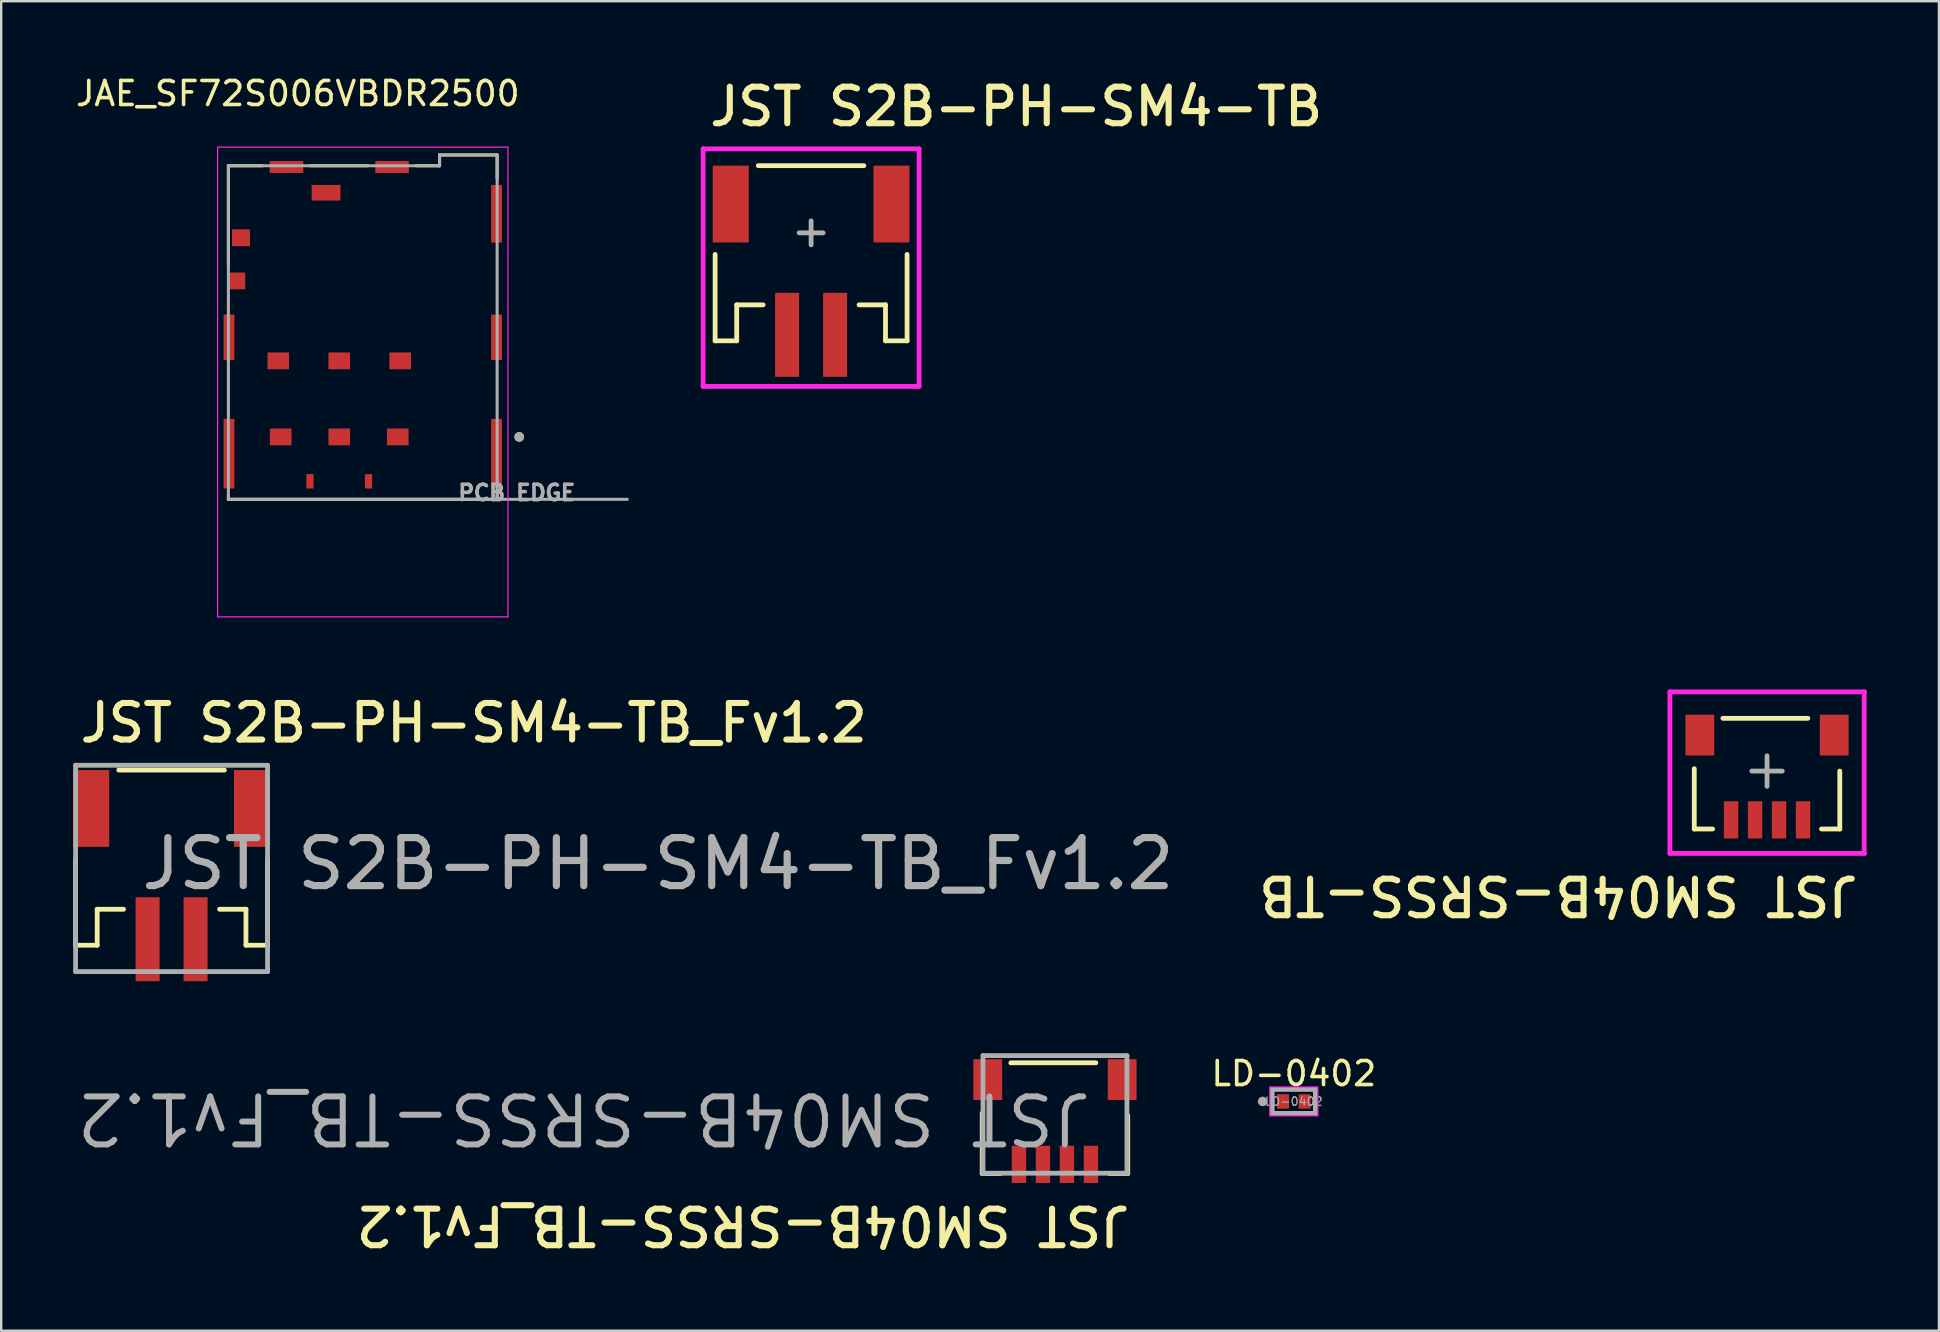
<source format=kicad_pcb>
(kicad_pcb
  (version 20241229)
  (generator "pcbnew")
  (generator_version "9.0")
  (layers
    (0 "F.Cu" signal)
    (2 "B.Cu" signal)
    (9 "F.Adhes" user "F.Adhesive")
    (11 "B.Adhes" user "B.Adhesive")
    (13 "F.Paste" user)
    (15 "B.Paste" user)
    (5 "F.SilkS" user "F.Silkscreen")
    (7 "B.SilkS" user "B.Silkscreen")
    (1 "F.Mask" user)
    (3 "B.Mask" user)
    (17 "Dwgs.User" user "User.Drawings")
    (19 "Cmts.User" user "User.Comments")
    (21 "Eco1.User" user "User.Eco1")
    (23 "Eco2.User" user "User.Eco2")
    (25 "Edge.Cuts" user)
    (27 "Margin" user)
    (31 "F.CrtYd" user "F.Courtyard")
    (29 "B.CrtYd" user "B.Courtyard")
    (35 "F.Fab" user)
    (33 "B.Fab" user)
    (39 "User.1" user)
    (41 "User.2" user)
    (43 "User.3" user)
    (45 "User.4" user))
  (footprint "JST SM04B-SRSS-TB_Fv1.2"
    (layer "F.Cu")
    (at 40.915 43.442)
    (property "Reference" "JST SM04B-SRSS-TB_Fv1.2" (at 3.239 3.679 180) (unlocked yes) (layer "F.SilkS") (effects (font (size 1.524 1.524) (thickness 0.254)) (justify left bottom)))
    (fp_line (start -3.032 -0.1) (end -3.032 2.413) (stroke (width 0.2) (type solid)) (layer "F.SilkS"))
    (fp_line (start -2.27 2.413) (end -3.032 2.413) (stroke (width 0.2) (type solid)) (layer "F.SilkS"))
    (fp_line (start 1.7 -2.2) (end -1.84 -2.2) (stroke (width 0.2) (type solid)) (layer "F.SilkS"))
    (fp_line (start 3.032 0) (end 3.032 2.413) (stroke (width 0.2) (type solid)) (layer "F.SilkS"))
    (fp_line (start 3.032 2.413) (end 2.27 2.413) (stroke (width 0.2) (type solid)) (layer "F.SilkS"))
    (fp_line (start -3 -2.5) (end -3 2.4) (stroke (width 0.2) (type solid)) (layer "F.Fab"))
    (fp_line (start 3 -2.5) (end -3 -2.5) (stroke (width 0.2) (type solid)) (layer "F.Fab"))
    (fp_line (start 3 -2.5) (end 3 2.4) (stroke (width 0.2) (type solid)) (layer "F.Fab"))
    (fp_line (start 3 2.4) (end -3 2.4) (stroke (width 0.2) (type solid)) (layer "F.Fab"))
    (fp_text user "${REFERENCE}" (at 1.625 -1.057 180) (unlocked yes) (layer "F.Fab") (effects (font (size 2 2) (thickness 0.25)) (justify left bottom)))
    (pad "" smd rect (at -2.8 -1.5 90) (size 1.7 1.2) (layers "F.Cu" "F.Mask" "F.Paste"))
    (pad "" smd rect (at 2.8 -1.5 90) (size 1.7 1.2) (layers "F.Cu" "F.Mask" "F.Paste"))
    (pad "1" smd rect (at -1.5 2.032 90) (size 1.55 0.6) (layers "F.Cu" "F.Mask" "F.Paste"))
    (pad "2" smd rect (at -0.5 2.032 90) (size 1.55 0.6) (layers "F.Cu" "F.Mask" "F.Paste"))
    (pad "3" smd rect (at 0.5 2.032 90) (size 1.55 0.6) (layers "F.Cu" "F.Mask" "F.Paste"))
    (pad "4" smd rect (at 1.5 2.032 90) (size 1.55 0.6) (layers "F.Cu" "F.Mask" "F.Paste")))
  (footprint "JST SM04B-SRSS-TB"
    (layer "F.Cu")
    (at 70.59 29.085)
    (property "Reference" "JST SM04B-SRSS-TB" (at 3.912 4.283 180) (unlocked yes) (layer "F.SilkS") (effects (font (size 1.524 1.524) (thickness 0.254)) (justify left bottom)))
    (fp_line (start -3.032 -0.1) (end -3.032 2.413) (stroke (width 0.2) (type solid)) (layer "F.SilkS"))
    (fp_line (start -2.27 2.413) (end -3.032 2.413) (stroke (width 0.2) (type solid)) (layer "F.SilkS"))
    (fp_line (start 1.7 -2.2) (end -1.84 -2.2) (stroke (width 0.2) (type solid)) (layer "F.SilkS"))
    (fp_line (start 3.032 0) (end 3.032 2.413) (stroke (width 0.2) (type solid)) (layer "F.SilkS"))
    (fp_line (start 3.032 2.413) (end 2.27 2.413) (stroke (width 0.2) (type solid)) (layer "F.SilkS"))
    (fp_line (start -4.048 -3.302) (end -4.048 3.429) (stroke (width 0.2) (type solid)) (layer "F.CrtYd"))
    (fp_line (start 4.048 -3.302) (end 4.048 3.429) (stroke (width 0.2) (type solid)) (layer "F.CrtYd"))
    (fp_line (start 4.064 -3.302) (end -4.048 -3.302) (stroke (width 0.2) (type solid)) (layer "F.CrtYd"))
    (fp_line (start 4.064 3.429) (end -4.048 3.429) (stroke (width 0.2) (type solid)) (layer "F.CrtYd"))
    (fp_line (start 0 -0.635) (end 0 0.635) (stroke (width 0.2) (type solid)) (layer "F.Fab"))
    (fp_line (start 0.635 0) (end -0.635 0) (stroke (width 0.2) (type solid)) (layer "F.Fab"))
    (pad "" smd rect (at -2.8 -1.5 90) (size 1.7 1.2) (layers "F.Cu" "F.Mask" "F.Paste"))
    (pad "" smd rect (at 2.8 -1.5 90) (size 1.7 1.2) (layers "F.Cu" "F.Mask" "F.Paste"))
    (pad "1" smd rect (at -1.5 2.032 90) (size 1.55 0.6) (layers "F.Cu" "F.Mask" "F.Paste"))
    (pad "2" smd rect (at -0.5 2.032 90) (size 1.55 0.6) (layers "F.Cu" "F.Mask" "F.Paste"))
    (pad "3" smd rect (at 0.5 2.032 90) (size 1.55 0.6) (layers "F.Cu" "F.Mask" "F.Paste"))
    (pad "4" smd rect (at 1.5 2.032 90) (size 1.55 0.6) (layers "F.Cu" "F.Mask" "F.Paste")))
  (footprint "JST S2B-PH-SM4-TB_Fv1.2"
    (layer "F.Cu")
    (at 4.1 31.842)
    (property "Reference" "JST S2B-PH-SM4-TB_Fv1.2" (at -3.939 -3.873 0) (unlocked yes) (layer "F.SilkS") (effects (font (size 1.524 1.524) (thickness 0.254)) (justify left bottom)))
    (fp_line (start -4 4.5) (end -4 0.9) (stroke (width 0.2) (type solid)) (layer "F.SilkS"))
    (fp_line (start -4 4.5) (end -3.1 4.5) (stroke (width 0.2) (type solid)) (layer "F.SilkS"))
    (fp_line (start -3.1 3) (end -2 3) (stroke (width 0.2) (type solid)) (layer "F.SilkS"))
    (fp_line (start -3.1 4.5) (end -3.1 3) (stroke (width 0.2) (type solid)) (layer "F.SilkS"))
    (fp_line (start -2.2 -2.8) (end 2.2 -2.8) (stroke (width 0.2) (type solid)) (layer "F.SilkS"))
    (fp_line (start 2 3) (end 3.1 3) (stroke (width 0.2) (type solid)) (layer "F.SilkS"))
    (fp_line (start 3.1 4.5) (end 3.1 3) (stroke (width 0.2) (type solid)) (layer "F.SilkS"))
    (fp_line (start 3.1 4.5) (end 4 4.5) (stroke (width 0.2) (type solid)) (layer "F.SilkS"))
    (fp_line (start 4 4.5) (end 4 0.9) (stroke (width 0.2) (type solid)) (layer "F.SilkS"))
    (fp_line (start -4 -3) (end 4 -3) (stroke (width 0.2) (type solid)) (layer "F.Fab"))
    (fp_line (start -4 5.6) (end -4 -3) (stroke (width 0.2) (type solid)) (layer "F.Fab"))
    (fp_line (start -4 5.6) (end 4 5.6) (stroke (width 0.2) (type solid)) (layer "F.Fab"))
    (fp_line (start 4 5.6) (end 4 -3) (stroke (width 0.2) (type solid)) (layer "F.Fab"))
    (fp_text user "${REFERENCE}" (at -1.4 2.275 0) (unlocked yes) (layer "F.Fab") (effects (font (size 2 2) (thickness 0.3)) (justify left bottom)))
    (pad "" smd rect (at -3.35 -1.2 180) (size 1.5 3.2) (layers "F.Cu" "F.Mask" "F.Paste"))
    (pad "" smd rect (at 3.35 -1.2) (size 1.5 3.2) (layers "F.Cu" "F.Mask" "F.Paste"))
    (pad "1" smd rect (at -1 4.25) (size 1 3.5) (layers "F.Cu" "F.Mask" "F.Paste"))
    (pad "2" smd rect (at 1 4.25) (size 1 3.5) (layers "F.Cu" "F.Mask" "F.Paste")))
  (footprint "LD-0402"
    (layer "F.Cu")
    (at 50.869 42.851)
    (property "Reference" "LD-0402" (at 0 -1.16 0) (layer "F.SilkS") (effects (font (size 1 1) (thickness 0.15))))
    (attr smd)
    (fp_line (start -1 -0.6) (end 1 -0.6) (stroke (width 0.05) (type solid)) (layer "F.CrtYd"))
    (fp_line (start -1 0.6) (end -1 -0.6) (stroke (width 0.05) (type solid)) (layer "F.CrtYd"))
    (fp_line (start 1 -0.6) (end 1 0.6) (stroke (width 0.05) (type solid)) (layer "F.CrtYd"))
    (fp_line (start 1 0.6) (end -1 0.6) (stroke (width 0.05) (type solid)) (layer "F.CrtYd"))
    (fp_line (start -0.9 -0.5) (end 0.9 -0.5) (stroke (width 0.2) (type solid)) (layer "F.Fab"))
    (fp_line (start -0.9 0.5) (end -0.9 -0.5) (stroke (width 0.2) (type solid)) (layer "F.Fab"))
    (fp_line (start 0.9 -0.5) (end 0.9 0.5) (stroke (width 0.2) (type solid)) (layer "F.Fab"))
    (fp_line (start 0.9 0.5) (end -0.9 0.5) (stroke (width 0.2) (type solid)) (layer "F.Fab"))
    (fp_circle (center -1.3 0) (end -1.2 0) (stroke (width 0.2) (type solid)) (fill no) (layer "F.Fab"))
    (fp_text user "${REFERENCE}" (at 0 0 0) (layer "F.Fab") (effects (font (size 0.35 0.35) (thickness 0.05))))
    (pad "1" smd rect (at -0.45 0) (size 0.5 0.6) (layers "F.Cu" "F.Mask" "F.Paste"))
    (pad "2" smd rect (at 0.45 0) (size 0.5 0.6) (layers "F.Cu" "F.Mask" "F.Paste")))
  (footprint "JST S2B-PH-SM4-TB"
    (layer "F.Cu")
    (at 30.752 6.654)
    (property "Reference" "JST S2B-PH-SM4-TB" (at -4.354 -4.368 0) (unlocked yes) (layer "F.SilkS") (effects (font (size 1.524 1.524) (thickness 0.254)) (justify left bottom)))
    (fp_line (start -4 4.5) (end -4 0.9) (stroke (width 0.2) (type solid)) (layer "F.SilkS"))
    (fp_line (start -4 4.5) (end -3.1 4.5) (stroke (width 0.2) (type solid)) (layer "F.SilkS"))
    (fp_line (start -3.1 3) (end -2 3) (stroke (width 0.2) (type solid)) (layer "F.SilkS"))
    (fp_line (start -3.1 4.5) (end -3.1 3) (stroke (width 0.2) (type solid)) (layer "F.SilkS"))
    (fp_line (start -2.2 -2.8) (end 2.2 -2.8) (stroke (width 0.2) (type solid)) (layer "F.SilkS"))
    (fp_line (start 2 3) (end 3.1 3) (stroke (width 0.2) (type solid)) (layer "F.SilkS"))
    (fp_line (start 3.1 4.5) (end 3.1 3) (stroke (width 0.2) (type solid)) (layer "F.SilkS"))
    (fp_line (start 3.1 4.5) (end 4 4.5) (stroke (width 0.2) (type solid)) (layer "F.SilkS"))
    (fp_line (start 4 4.5) (end 4 0.9) (stroke (width 0.2) (type solid)) (layer "F.SilkS"))
    (fp_line (start -4.5 -3.5) (end 4.5 -3.5) (stroke (width 0.2) (type solid)) (layer "F.CrtYd"))
    (fp_line (start -4.5 6.4) (end -4.5 -3.5) (stroke (width 0.2) (type solid)) (layer "F.CrtYd"))
    (fp_line (start -4.5 6.4) (end 4.5 6.4) (stroke (width 0.2) (type solid)) (layer "F.CrtYd"))
    (fp_line (start 4.5 6.4) (end 4.5 -3.5) (stroke (width 0.2) (type solid)) (layer "F.CrtYd"))
    (fp_line (start -0.5 0) (end 0.5 0) (stroke (width 0.2) (type solid)) (layer "F.Fab"))
    (fp_line (start 0 0.5) (end 0 -0.5) (stroke (width 0.2) (type solid)) (layer "F.Fab"))
    (pad "" smd rect (at -3.35 -1.2 180) (size 1.5 3.2) (layers "F.Cu" "F.Mask" "F.Paste"))
    (pad "" smd rect (at 3.35 -1.2) (size 1.5 3.2) (layers "F.Cu" "F.Mask" "F.Paste"))
    (pad "1" smd rect (at -1 4.25) (size 1 3.5) (layers "F.Cu" "F.Mask" "F.Paste"))
    (pad "2" smd rect (at 1 4.25) (size 1 3.5) (layers "F.Cu" "F.Mask" "F.Paste")))
  (footprint "JAE_SF72S006VBDR2500"
    (layer "F.Cu")
    (at 11.088 10.583)
    (property "Reference" "JAE_SF72S006VBDR2500" (at -1.725 -9.735 0) (layer "F.SilkS") (effects (font (size 1 1) (thickness 0.15))))
    (attr through_hole)
    (fp_line (start -4.62 -6.725) (end -3.2 -6.725) (stroke (width 0.127) (type solid)) (layer "F.SilkS"))
    (fp_line (start -4.62 -2.6) (end -4.62 -6.725) (stroke (width 0.127) (type solid)) (layer "F.SilkS"))
    (fp_line (start -4.62 7) (end -4.62 7.175) (stroke (width 0.127) (type solid)) (layer "F.SilkS"))
    (fp_line (start -4.62 7.175) (end 6.58 7.175) (stroke (width 0.127) (type solid)) (layer "F.SilkS"))
    (fp_line (start -1.2 -6.725) (end 1.2 -6.725) (stroke (width 0.127) (type solid)) (layer "F.SilkS"))
    (fp_line (start 3.2 -6.725) (end 4.18 -6.725) (stroke (width 0.127) (type solid)) (layer "F.SilkS"))
    (fp_line (start 4.18 -7.175) (end 6.58 -7.175) (stroke (width 0.127) (type solid)) (layer "F.SilkS"))
    (fp_line (start 4.18 -6.725) (end 4.18 -7.175) (stroke (width 0.127) (type solid)) (layer "F.SilkS"))
    (fp_line (start 6.58 -7.175) (end 6.58 -6.2) (stroke (width 0.127) (type solid)) (layer "F.SilkS"))
    (fp_line (start 6.58 7.175) (end 6.58 7) (stroke (width 0.127) (type solid)) (layer "F.SilkS"))
    (fp_circle (center 7.5 4.575) (end 7.6 4.575) (stroke (width 0.2) (type solid)) (fill no) (layer "F.SilkS"))
    (fp_line (start -5.07 -7.5) (end 7.03 -7.5) (stroke (width 0.05) (type solid)) (layer "F.CrtYd"))
    (fp_line (start -5.07 12.075) (end -5.07 -7.5) (stroke (width 0.05) (type solid)) (layer "F.CrtYd"))
    (fp_line (start 7.03 -7.5) (end 7.03 12.075) (stroke (width 0.05) (type solid)) (layer "F.CrtYd"))
    (fp_line (start 7.03 12.075) (end -5.07 12.075) (stroke (width 0.05) (type solid)) (layer "F.CrtYd"))
    (fp_line (start -4.62 -6.725) (end -4.62 7.175) (stroke (width 0.127) (type solid)) (layer "F.Fab"))
    (fp_line (start -4.62 7.175) (end 6.58 7.175) (stroke (width 0.127) (type solid)) (layer "F.Fab"))
    (fp_line (start 4.18 -7.175) (end 4.18 -6.725) (stroke (width 0.127) (type solid)) (layer "F.Fab"))
    (fp_line (start 4.18 -6.725) (end -4.62 -6.725) (stroke (width 0.127) (type solid)) (layer "F.Fab"))
    (fp_line (start 6.58 -7.175) (end 4.18 -7.175) (stroke (width 0.127) (type solid)) (layer "F.Fab"))
    (fp_line (start 6.58 7.175) (end 6.58 -7.175) (stroke (width 0.127) (type solid)) (layer "F.Fab"))
    (fp_line (start 6.58 7.175) (end 12 7.175) (stroke (width 0.127) (type solid)) (layer "F.Fab"))
    (fp_circle (center 7.5 4.575) (end 7.6 4.575) (stroke (width 0.2) (type solid)) (fill no) (layer "F.Fab"))
    (fp_text user "PCB EDGE" (at 7.4 6.9 0) (layer "F.Fab") (effects (font (size 0.64 0.64) (thickness 0.15))))
    (pad "C1" smd rect (at 2.44 4.575) (size 0.9 0.7) (layers "F.Cu" "F.Mask" "F.Paste"))
    (pad "C2" smd rect (at 0 4.575) (size 0.9 0.7) (layers "F.Cu" "F.Mask" "F.Paste"))
    (pad "C3" smd rect (at -2.44 4.575) (size 0.9 0.7) (layers "F.Cu" "F.Mask" "F.Paste"))
    (pad "C5" smd rect (at 2.54 1.405) (size 0.9 0.7) (layers "F.Cu" "F.Mask" "F.Paste"))
    (pad "C6" smd rect (at 0 1.405) (size 0.9 0.7) (layers "F.Cu" "F.Mask" "F.Paste"))
    (pad "C7" smd rect (at -2.54 1.405) (size 0.9 0.7) (layers "F.Cu" "F.Mask" "F.Paste"))
    (pad "CSW" smd rect (at -4.27 -1.925) (size 0.7 0.7) (layers "F.Cu" "F.Mask" "F.Paste"))
    (pad "DSW" smd rect (at -0.55 -5.6) (size 1.2 0.65) (layers "F.Cu" "F.Mask" "F.Paste"))
    (pad "G1" smd rect (at -4.595 5.275) (size 0.45 2.9) (layers "F.Cu" "F.Mask" "F.Paste"))
    (pad "G2" smd rect (at -4.595 0.425) (size 0.45 1.9) (layers "F.Cu" "F.Mask" "F.Paste"))
    (pad "G3" smd rect (at -4.095 -3.725) (size 0.75 0.7) (layers "F.Cu" "F.Mask" "F.Paste"))
    (pad "G4" smd rect (at -2.2 -6.675) (size 1.4 0.5) (layers "F.Cu" "F.Mask" "F.Paste"))
    (pad "G5" smd rect (at 2.2 -6.675) (size 1.4 0.5) (layers "F.Cu" "F.Mask" "F.Paste"))
    (pad "G6" smd rect (at 6.555 -4.725) (size 0.45 2.4) (layers "F.Cu" "F.Mask" "F.Paste"))
    (pad "G7" smd rect (at 6.555 0.425) (size 0.45 1.9) (layers "F.Cu" "F.Mask" "F.Paste"))
    (pad "G8" smd rect (at 6.555 5.275) (size 0.45 2.9) (layers "F.Cu" "F.Mask" "F.Paste"))
    (pad "G9" smd rect (at 1.22 6.425) (size 0.3 0.6) (layers "F.Cu" "F.Mask" "F.Paste"))
    (pad "G10" smd rect (at -1.22 6.425) (size 0.3 0.6) (layers "F.Cu" "F.Mask" "F.Paste"))
    (zone (net_name "") (layer "F.Cu") (hatch full 0.508) (connect_pads) (min_thickness 0.01) (filled_areas_thickness no) (keepout (tracks not_allowed) (vias not_allowed) (pads not_allowed) (copperpour not_allowed) (footprints allowed)) (placement (enabled no)) (fill) (polygon (pts (xy 9.288 4.708) (xy 9.388 4.708) (xy 9.388 7.408) (xy 13.938 7.408) (xy 13.938 4.708) (xy 14.188 4.708) (xy 14.188 7.908) (xy 9.288 7.908))))
    (zone (net_name "") (layer "F.Cu") (hatch full 0.508) (connect_pads) (min_thickness 0.01) (filled_areas_thickness no) (keepout (tracks not_allowed) (vias not_allowed) (pads not_allowed) (copperpour not_allowed) (footprints allowed)) (placement (enabled no)) (fill) (polygon (pts (xy 7.588 17.758) (xy 7.588 8.258) (xy 14.588 8.258) (xy 14.588 12.338) (xy 14.078 12.338) (xy 14.078 10.458) (xy 13.778 9.158) (xy 13.478 9.158) (xy 13.178 10.458) (xy 13.178 12.338) (xy 11.538 12.338) (xy 11.538 10.458) (xy 11.238 9.158) (xy 10.938 9.158) (xy 10.638 10.458) (xy 10.638 12.338) (xy 8.998 12.338) (xy 8.998 10.458) (xy 8.698 9.158) (xy 8.398 9.158) (xy 8.098 10.458) (xy 8.098 12.338) (xy 14.588 12.338) (xy 14.588 13.558) (xy 12.408 13.558) (xy 12.408 13.508) (xy 12.658 13.508) (xy 12.658 12.808) (xy 11.958 12.808) (xy 11.958 13.508) (xy 12.208 13.508) (xy 12.208 13.558) (xy 9.968 13.558) (xy 9.968 13.508) (xy 10.218 13.508) (xy 10.218 12.808) (xy 9.518 12.808) (xy 9.518 13.508) (xy 9.768 13.508) (xy 9.768 13.558) (xy 7.923 13.558) (xy 7.923 16.808) (xy 9.373 16.808) (xy 9.373 13.558) (xy 9.768 13.558) (xy 9.768 16.723) (xy 9.708 16.723) (xy 9.708 16.743) (xy 9.708 17.313) (xy 9.768 17.313) (xy 9.968 17.313) (xy 10.028 17.313) (xy 10.028 16.723) (xy 10.028 16.703) (xy 9.968 16.703) (xy 9.968 13.558) (xy 10.363 13.558) (xy 10.363 16.808) (xy 11.813 16.808) (xy 11.813 13.558) (xy 12.208 13.558) (xy 12.208 16.703) (xy 12.148 16.703) (xy 12.148 17.313) (xy 12.208 17.313) (xy 12.408 17.313) (xy 12.468 17.313) (xy 12.468 16.703) (xy 12.408 16.703) (xy 12.408 13.558) (xy 12.803 13.558) (xy 12.803 16.808) (xy 14.253 16.808) (xy 14.253 13.558) (xy 14.588 13.558) (xy 14.588 17.758))))
    (zone (net_name "") (layers "F.Cu" "B.Cu") (hatch full 0.508) (connect_pads) (min_thickness 0.01) (filled_areas_thickness no) (keepout (tracks allowed) (vias not_allowed) (pads allowed) (copperpour allowed) (footprints allowed)) (placement (enabled no)) (fill) (polygon (pts (xy 9.288 4.708) (xy 9.388 4.708) (xy 9.388 7.408) (xy 13.938 7.408) (xy 13.938 4.708) (xy 14.188 4.708) (xy 14.188 7.908) (xy 9.288 7.908))))
    (zone (net_name "") (layers "F.Cu" "B.Cu") (hatch full 0.508) (connect_pads) (min_thickness 0.01) (filled_areas_thickness no) (keepout (tracks allowed) (vias not_allowed) (pads allowed) (copperpour allowed) (footprints allowed)) (placement (enabled no)) (fill) (polygon (pts (xy 7.588 17.758) (xy 7.588 8.258) (xy 14.588 8.258) (xy 14.588 12.338) (xy 14.078 12.338) (xy 14.078 10.458) (xy 13.778 9.158) (xy 13.478 9.158) (xy 13.178 10.458) (xy 13.178 12.338) (xy 11.538 12.338) (xy 11.538 10.458) (xy 11.238 9.158) (xy 10.938 9.158) (xy 10.638 10.458) (xy 10.638 12.338) (xy 8.998 12.338) (xy 8.998 10.458) (xy 8.698 9.158) (xy 8.398 9.158) (xy 8.098 10.458) (xy 8.098 12.338) (xy 14.588 12.338) (xy 14.588 13.558) (xy 12.408 13.558) (xy 12.408 13.508) (xy 12.658 13.508) (xy 12.658 12.808) (xy 11.958 12.808) (xy 11.958 13.508) (xy 12.208 13.508) (xy 12.208 13.558) (xy 9.968 13.558) (xy 9.968 13.508) (xy 10.218 13.508) (xy 10.218 12.808) (xy 9.518 12.808) (xy 9.518 13.508) (xy 9.768 13.508) (xy 9.768 13.558) (xy 7.923 13.558) (xy 7.923 16.808) (xy 9.373 16.808) (xy 9.373 13.558) (xy 9.768 13.558) (xy 9.768 16.703) (xy 9.708 16.703) (xy 9.708 17.313) (xy 9.768 17.313) (xy 9.968 17.313) (xy 10.028 17.313) (xy 10.028 16.703) (xy 9.968 16.703) (xy 9.968 13.558) (xy 10.363 13.558) (xy 10.363 16.808) (xy 11.813 16.808) (xy 11.813 13.558) (xy 12.208 13.558) (xy 12.208 16.703) (xy 12.148 16.703) (xy 12.148 17.313) (xy 12.208 17.313) (xy 12.408 17.313) (xy 12.468 17.313) (xy 12.468 16.703) (xy 12.408 16.703) (xy 12.408 13.558) (xy 12.803 13.558) (xy 12.803 16.808) (xy 14.253 16.808) (xy 14.253 13.558) (xy 14.588 13.558) (xy 14.588 17.758)))))
  (gr_rect
    (start -3 -3)
    (end 77.754 52.407)
    (stroke (width 0.1) (type default))
    (fill no)
    (layer "Edge.Cuts")))
</source>
